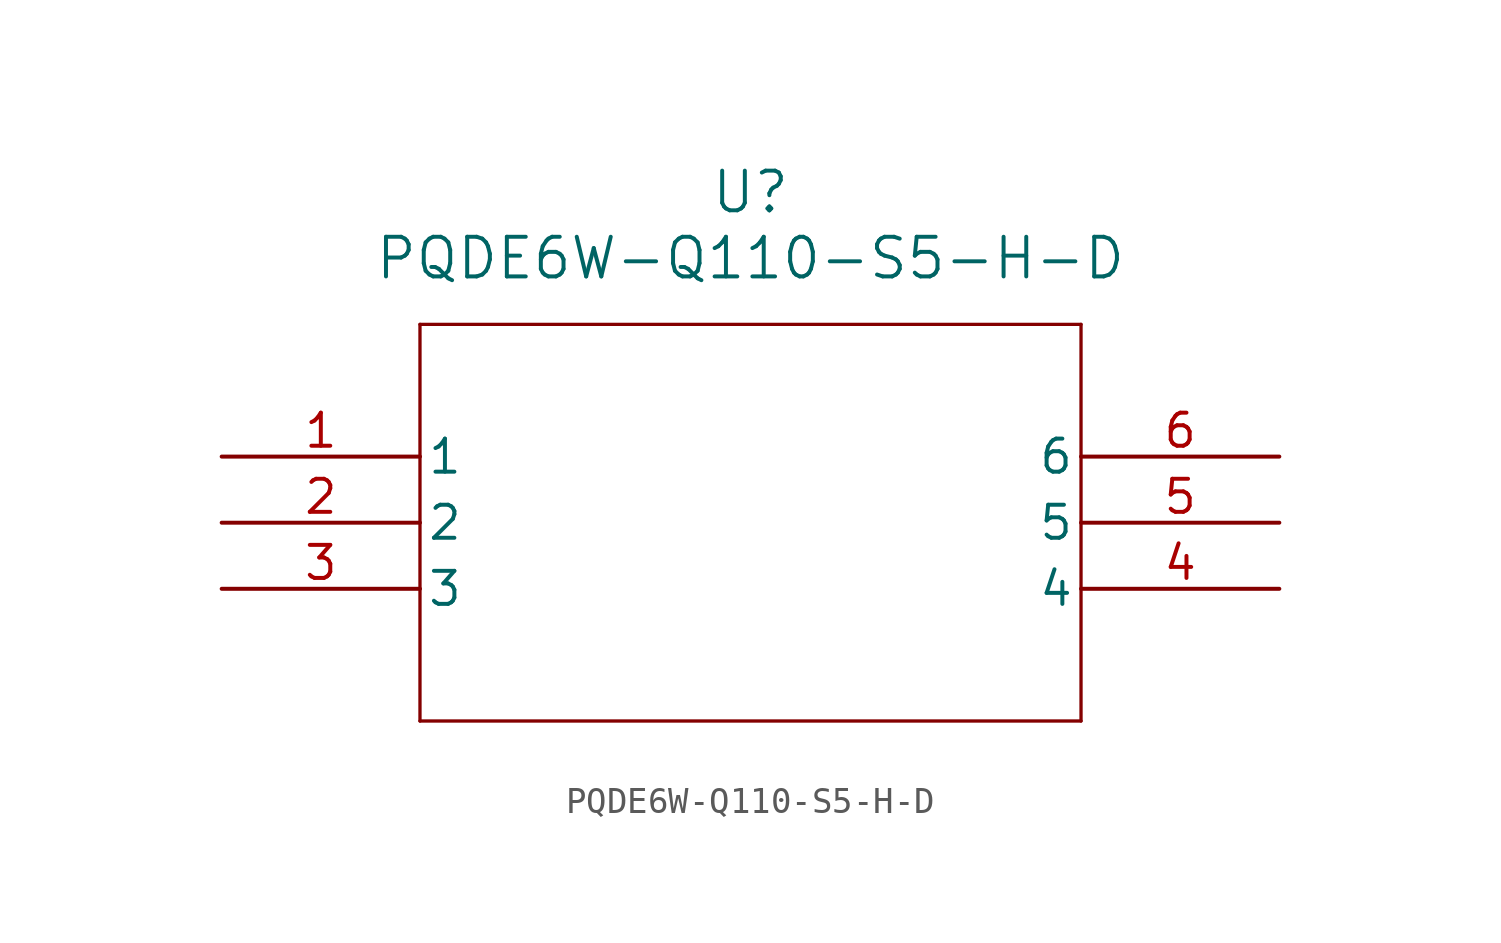
<source format=kicad_sym>
(kicad_symbol_lib
  (version 20220914)
  (generator kicad_symbol_editor)
  (symbol "PQDE6W-Q110-S5-H-D"
    (pin_names
      (offset 0.254))
    (property "Reference" "U"
      (at 20.32 10.16 0)
      (effects (font (size 1.524 1.524))))
    (property "Value" "PQDE6W-Q110-S5-H-D"
      (at 20.32 7.62 0)
      (effects (font (size 1.524 1.524))))
    (property "ki_locked" ""
      (at 0 0 0)
      (effects (font (size 1.27 1.27))))
    (symbol "PQDE6W-Q110-S5-H-D_0_1"
      (polyline (pts (xy 7.62 -10.16) (xy 33.02 -10.16)) (stroke (width 0.127) (type default)) (fill (type none)))
      (polyline (pts (xy 7.62 5.08) (xy 7.62 -10.16)) (stroke (width 0.127) (type default)) (fill (type none)))
      (polyline (pts (xy 33.02 -10.16) (xy 33.02 5.08)) (stroke (width 0.127) (type default)) (fill (type none)))
      (polyline (pts (xy 33.02 5.08) (xy 7.62 5.08)) (stroke (width 0.127) (type default)) (fill (type none)))
      (pin unspecified line (at 0 0 0) (length 7.62) (name "1" (effects (font (size 1.27 1.27)))) (number "1" (effects (font (size 1.27 1.27)))))
      (pin unspecified line (at 0 -2.54 0) (length 7.62) (name "2" (effects (font (size 1.27 1.27)))) (number "2" (effects (font (size 1.27 1.27)))))
      (pin unspecified line (at 0 -5.08 0) (length 7.62) (name "3" (effects (font (size 1.27 1.27)))) (number "3" (effects (font (size 1.27 1.27)))))
      (pin unspecified line (at 40.64 -5.08 180) (length 7.62) (name "4" (effects (font (size 1.27 1.27)))) (number "4" (effects (font (size 1.27 1.27)))))
      (pin unspecified line (at 40.64 -2.54 180) (length 7.62) (name "5" (effects (font (size 1.27 1.27)))) (number "5" (effects (font (size 1.27 1.27)))))
      (pin unspecified line (at 40.64 0 180) (length 7.62) (name "6" (effects (font (size 1.27 1.27)))) (number "6" (effects (font (size 1.27 1.27))))))))
</source>
